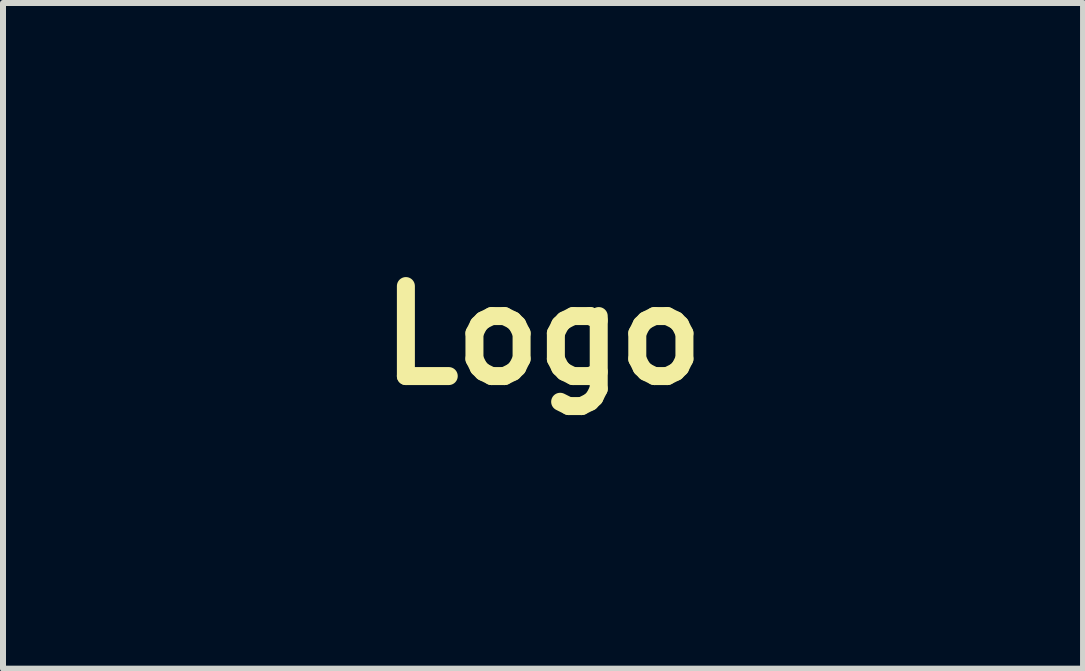
<source format=kicad_pcb>
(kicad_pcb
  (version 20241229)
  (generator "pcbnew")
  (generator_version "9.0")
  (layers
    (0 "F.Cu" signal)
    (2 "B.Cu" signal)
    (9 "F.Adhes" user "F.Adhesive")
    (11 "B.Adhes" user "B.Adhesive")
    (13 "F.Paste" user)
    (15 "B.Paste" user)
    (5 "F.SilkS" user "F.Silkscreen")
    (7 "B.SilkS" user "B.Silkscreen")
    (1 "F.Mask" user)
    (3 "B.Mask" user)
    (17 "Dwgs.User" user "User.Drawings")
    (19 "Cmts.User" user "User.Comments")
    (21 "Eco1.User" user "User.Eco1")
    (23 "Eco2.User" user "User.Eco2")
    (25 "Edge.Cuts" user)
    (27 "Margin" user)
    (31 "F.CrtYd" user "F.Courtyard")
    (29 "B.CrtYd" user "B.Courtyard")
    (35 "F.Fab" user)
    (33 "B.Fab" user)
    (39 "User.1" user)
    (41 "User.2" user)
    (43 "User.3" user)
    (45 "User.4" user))
  (footprint "Logo"
    (layer "F.Cu")
    (at 6.001 2.54)
    (property "Reference" "Logo" (at 0 0 0) (layer "F.SilkS") (effects (font (size 1.5 1.5) (thickness 0.3))))
    (attr board_only exclude_from_pos_files exclude_from_bom)
    (fp_poly (pts (xy -1.082 1.437) (xy -1.057 1.456) (xy -1.056 1.458) (xy -1.03 1.499) (xy -1.029 1.543) (xy -1.042 1.58) (xy -1.062 1.609) (xy -1.096 1.625) (xy -1.149 1.633) (xy -1.185 1.634) (xy -1.249 1.634) (xy -1.245 1.534) (xy -1.24 1.433) (xy -1.164 1.429) (xy -1.114 1.429)) (stroke (width 0) (type solid)) (fill yes) (layer "F.Mask"))
    (fp_poly (pts (xy -1.124 1.786) (xy -1.077 1.795) (xy -1.068 1.798) (xy -1.028 1.828) (xy -1.008 1.874) (xy -1.007 1.924) (xy -1.028 1.971) (xy -1.044 1.988) (xy -1.074 2.001) (xy -1.119 2.011) (xy -1.169 2.016) (xy -1.211 2.014) (xy -1.23 2.008) (xy -1.241 1.988) (xy -1.246 1.944) (xy -1.245 1.893) (xy -1.24 1.79) (xy -1.175 1.785)) (stroke (width 0) (type solid)) (fill yes) (layer "F.Mask"))
    (fp_poly (pts (xy -1.646 -0.225) (xy -1.568 -0.176) (xy -1.509 -0.111) (xy -1.472 -0.032) (xy -1.457 0.053) (xy -1.465 0.14) (xy -1.497 0.224) (xy -1.539 0.282) (xy -1.609 0.339) (xy -1.694 0.371) (xy -1.787 0.378) (xy -1.862 0.365) (xy -1.943 0.329) (xy -2.008 0.271) (xy -2.054 0.197) (xy -2.079 0.113) (xy -2.079 0.025) (xy -2.07 -0.016) (xy -2.031 -0.103) (xy -1.972 -0.172) (xy -1.898 -0.22) (xy -1.815 -0.246) (xy -1.726 -0.247)) (stroke (width 0) (type solid)) (fill yes) (layer "F.Mask"))
    (fp_poly (pts (xy 6.001 0.007) (xy 6.001 2.555) (xy 0 2.555) (xy -6.001 2.555) (xy -6.001 2.154) (xy -1.444 2.154) (xy -1.219 2.154) (xy -1.114 2.153) (xy -1.035 2.149) (xy -0.979 2.142) (xy -0.945 2.133) (xy -0.885 2.093) (xy -0.84 2.035) (xy -0.813 1.965) (xy -0.806 1.892) (xy -0.823 1.822) (xy -0.828 1.812) (xy -0.86 1.769) (xy -0.902 1.73) (xy -0.91 1.725) (xy -0.964 1.69) (xy -0.914 1.643) (xy -0.868 1.581) (xy -0.848 1.512) (xy -0.854 1.441) (xy -0.885 1.375) (xy -0.926 1.331) (xy -0.983 1.285) (xy -1.204 1.28) (xy -1.293 1.277) (xy -0.579 1.277) (xy -0.579 1.716) (xy -0.579 2.154) (xy -0.305 2.154) (xy -0.03 2.154) (xy 0.192 2.154) (xy 0.304 2.154) (xy 0.415 2.154) (xy 0.512 2.004) (xy 0.551 1.947) (xy 0.585 1.902) (xy 0.61 1.873) (xy 0.624 1.864) (xy 0.624 1.864) (xy 0.638 1.88) (xy 0.664 1.915) (xy 0.698 1.964) (xy 0.731 2.014) (xy 0.823 2.154) (xy 0.947 2.154) (xy 1.072 2.154) (xy 1.016 2.076) (xy 0.981 2.027) (xy 0.938 1.964) (xy 0.893 1.899) (xy 0.879 1.879) (xy 0.842 1.825) (xy 0.809 1.778) (xy 0.785 1.746) (xy 0.778 1.737) (xy 0.761 1.706) (xy 0.758 1.688) (xy 0.766 1.666) (xy 0.788 1.625) (xy 0.82 1.572) (xy 0.86 1.51) (xy 0.903 1.445) (xy 0.946 1.384) (xy 0.984 1.333) (xy 1.027 1.277) (xy 1.277 1.277) (xy 1.278 1.6) (xy 1.278 1.707) (xy 1.279 1.789) (xy 1.28 1.85) (xy 1.283 1.895) (xy 1.288 1.928) (xy 1.295 1.955) (xy 1.305 1.98) (xy 1.313 1.998) (xy 1.351 2.063) (xy 1.396 2.109) (xy 1.458 2.145) (xy 1.485 2.156) (xy 1.562 2.175) (xy 1.65 2.178) (xy 1.737 2.166) (xy 1.805 2.143) (xy 1.879 2.093) (xy 1.891 2.079) (xy 2.207 2.079) (xy 2.213 2.093) (xy 2.224 2.104) (xy 2.264 2.125) (xy 2.322 2.146) (xy 2.39 2.165) (xy 2.455 2.178) (xy 2.501 2.182) (xy 2.558 2.178) (xy 2.624 2.167) (xy 2.654 2.16) (xy 2.734 2.125) (xy 2.794 2.076) (xy 2.827 2.04) (xy 2.844 2.01) (xy 2.851 1.974) (xy 2.852 1.928) (xy 2.848 1.865) (xy 2.835 1.82) (xy 2.819 1.792) (xy 2.795 1.76) (xy 2.771 1.735) (xy 2.742 1.712) (xy 2.7 1.688) (xy 2.64 1.658) (xy 2.605 1.641) (xy 2.547 1.611) (xy 2.499 1.583) (xy 2.468 1.561) (xy 2.46 1.552) (xy 2.452 1.502) (xy 2.47 1.464) (xy 2.487 1.45) (xy 2.544 1.429) (xy 2.612 1.432) (xy 2.68 1.455) (xy 2.747 1.484) (xy 2.785 1.42) (xy 2.807 1.38) (xy 2.82 1.349) (xy 2.822 1.34) (xy 2.808 1.321) (xy 2.771 1.303) (xy 2.715 1.287) (xy 2.648 1.276) (xy 2.575 1.27) (xy 2.554 1.27) (xy 2.489 1.271) (xy 2.444 1.275) (xy 2.41 1.285) (xy 2.378 1.302) (xy 2.365 1.311) (xy 2.317 1.352) (xy 2.277 1.405) (xy 2.25 1.46) (xy 2.243 1.498) (xy 2.253 1.546) (xy 2.278 1.602) (xy 2.313 1.654) (xy 2.324 1.667) (xy 2.355 1.692) (xy 2.404 1.723) (xy 2.462 1.754) (xy 2.477 1.761) (xy 2.563 1.805) (xy 2.621 1.845) (xy 2.652 1.882) (xy 2.659 1.919) (xy 2.642 1.956) (xy 2.629 1.973) (xy 2.587 1.997) (xy 2.528 2.006) (xy 2.458 1.999) (xy 2.385 1.976) (xy 2.369 1.969) (xy 2.327 1.951) (xy 2.295 1.941) (xy 2.285 1.94) (xy 2.273 1.956) (xy 2.252 1.989) (xy 2.237 2.015) (xy 2.215 2.055) (xy 2.207 2.079) (xy 1.891 2.079) (xy 1.933 2.028) (xy 1.956 1.983) (xy 1.965 1.958) (xy 1.972 1.926) (xy 1.977 1.882) (xy 1.981 1.824) (xy 1.984 1.745) (xy 1.987 1.643) (xy 1.987 1.6) (xy 1.993 1.277) (xy 1.896 1.277) (xy 1.799 1.277) (xy 1.795 1.598) (xy 1.79 1.919) (xy 1.741 1.962) (xy 1.7 1.992) (xy 1.655 2.004) (xy 1.625 2.005) (xy 1.576 2.001) (xy 1.542 1.986) (xy 1.514 1.959) (xy 1.471 1.913) (xy 1.471 1.595) (xy 1.471 1.277) (xy 1.374 1.277) (xy 1.277 1.277) (xy 1.027 1.277) (xy 0.911 1.278) (xy 0.852 1.278) (xy 0.816 1.281) (xy 0.793 1.29) (xy 0.777 1.306) (xy 0.764 1.326) (xy 0.721 1.392) (xy 0.691 1.44) (xy 0.672 1.472) (xy 0.661 1.492) (xy 0.642 1.517) (xy 0.63 1.526) (xy 0.616 1.516) (xy 0.591 1.486) (xy 0.559 1.44) (xy 0.536 1.404) (xy 0.458 1.277) (xy 0.339 1.277) (xy 0.285 1.279) (xy 0.245 1.282) (xy 0.226 1.287) (xy 0.225 1.289) (xy 0.237 1.308) (xy 0.263 1.347) (xy 0.301 1.402) (xy 0.348 1.469) (xy 0.401 1.543) (xy 0.42 1.57) (xy 0.453 1.617) (xy 0.477 1.657) (xy 0.49 1.681) (xy 0.49 1.684) (xy 0.482 1.703) (xy 0.461 1.74) (xy 0.43 1.791) (xy 0.394 1.844) (xy 0.349 1.912) (xy 0.304 1.98) (xy 0.266 2.039) (xy 0.245 2.071) (xy 0.192 2.154) (xy -0.03 2.154) (xy -0.03 2.08) (xy -0.03 2.005) (xy -0.208 2.005) (xy -0.288 2.005) (xy -0.343 2.001) (xy -0.377 1.992) (xy -0.395 1.973) (xy -0.401 1.942) (xy -0.4 1.895) (xy -0.398 1.87) (xy -0.394 1.805) (xy -0.212 1.801) (xy -0.03 1.796) (xy -0.03 1.723) (xy -0.03 1.65) (xy -0.212 1.646) (xy -0.394 1.641) (xy -0.394 1.545) (xy -0.394 1.448) (xy -0.212 1.444) (xy -0.03 1.44) (xy -0.03 1.359) (xy -0.03 1.277) (xy -0.305 1.277) (xy -0.579 1.277) (xy -1.293 1.277) (xy -1.426 1.274) (xy -1.426 1.681) (xy -1.427 1.789) (xy -1.427 1.889) (xy -1.429 1.977) (xy -1.431 2.047) (xy -1.433 2.096) (xy -1.435 2.12) (xy -1.435 2.12) (xy -1.444 2.154) (xy -6.001 2.154) (xy -6.001 1.43) (xy -2.8 1.43) (xy -2.8 1.534) (xy -2.799 1.616) (xy -2.799 1.674) (xy -2.798 1.706) (xy -2.797 1.712) (xy -2.781 1.715) (xy -2.74 1.718) (xy -2.677 1.72) (xy -2.597 1.722) (xy -2.504 1.723) (xy -2.443 1.723) (xy -2.094 1.723) (xy -2.094 1.192) (xy -2.094 0.662) (xy -2.009 0.745) (xy -1.961 0.789) (xy -1.913 0.829) (xy -1.875 0.856) (xy -1.872 0.858) (xy -1.767 0.903) (xy -1.648 0.928) (xy -1.52 0.934) (xy -1.392 0.92) (xy -1.268 0.887) (xy -1.164 0.839) (xy -1.084 0.782) (xy -1.004 0.707) (xy -0.932 0.623) (xy -0.876 0.539) (xy -0.866 0.519) (xy -0.821 0.419) (xy -0.79 0.33) (xy -0.772 0.241) (xy -0.762 0.14) (xy -0.762 0.138) (xy -0.763 -0.03) (xy -0.788 -0.188) (xy -0.834 -0.334) (xy -0.901 -0.464) (xy -0.986 -0.578) (xy -1.089 -0.671) (xy -1.208 -0.742) (xy -1.25 -0.758) (xy -0.505 -0.758) (xy -0.505 0.057) (xy -0.505 0.21) (xy -0.504 0.354) (xy -0.504 0.486) (xy -0.502 0.603) (xy -0.501 0.704) (xy -0.5 0.785) (xy -0.498 0.843) (xy -0.496 0.875) (xy -0.495 0.882) (xy -0.478 0.884) (xy -0.435 0.886) (xy -0.372 0.888) (xy -0.291 0.888) (xy -0.198 0.888) (xy -0.142 0.888) (xy 0.201 0.884) (xy 0.204 0.063) (xy 0.207 -0.425) (xy 0.491 -0.425) (xy 0.504 -0.226) (xy 0.545 -0.037) (xy 0.615 0.142) (xy 0.647 0.205) (xy 0.756 0.372) (xy 0.886 0.521) (xy 1.037 0.649) (xy 1.205 0.756) (xy 1.388 0.84) (xy 1.585 0.899) (xy 1.65 0.912) (xy 1.73 0.923) (xy 1.827 0.93) (xy 1.932 0.933) (xy 2.036 0.933) (xy 2.129 0.928) (xy 2.202 0.92) (xy 2.205 0.919) (xy 2.309 0.896) (xy 2.417 0.866) (xy 2.522 0.83) (xy 2.616 0.791) (xy 2.694 0.752) (xy 2.748 0.717) (xy 2.785 0.686) (xy 2.64 0.395) (xy 2.597 0.31) (xy 2.559 0.235) (xy 2.527 0.174) (xy 2.504 0.129) (xy 2.491 0.106) (xy 2.49 0.104) (xy 2.475 0.11) (xy 2.44 0.124) (xy 2.393 0.145) (xy 2.39 0.147) (xy 2.267 0.195) (xy 2.148 0.223) (xy 2.022 0.235) (xy 1.912 0.234) (xy 1.835 0.23) (xy 1.778 0.224) (xy 1.732 0.215) (xy 1.687 0.199) (xy 1.634 0.176) (xy 1.632 0.175) (xy 1.509 0.104) (xy 1.409 0.015) (xy 1.334 -0.091) (xy 1.282 -0.215) (xy 1.271 -0.257) (xy 1.25 -0.403) (xy 1.256 -0.543) (xy 1.288 -0.674) (xy 1.325 -0.753) (xy 2.926 -0.753) (xy 2.932 -0.737) (xy 2.947 -0.698) (xy 2.97 -0.641) (xy 2.999 -0.57) (xy 3.032 -0.489) (xy 3.067 -0.403) (xy 3.103 -0.317) (xy 3.138 -0.234) (xy 3.169 -0.16) (xy 3.195 -0.099) (xy 3.215 -0.055) (xy 3.216 -0.052) (xy 3.232 -0.015) (xy 3.254 0.038) (xy 3.276 0.089) (xy 3.299 0.145) (xy 3.32 0.197) (xy 3.334 0.23) (xy 3.348 0.263) (xy 3.37 0.314) (xy 3.396 0.377) (xy 3.416 0.423) (xy 3.443 0.487) (xy 3.466 0.544) (xy 3.484 0.585) (xy 3.491 0.602) (xy 3.532 0.698) (xy 3.564 0.778) (xy 3.586 0.838) (xy 3.597 0.877) (xy 3.598 0.884) (xy 3.592 0.911) (xy 3.576 0.956) (xy 3.554 1.01) (xy 3.55 1.017) (xy 3.518 1.086) (xy 3.482 1.164) (xy 3.45 1.233) (xy 3.4 1.341) (xy 3.354 1.442) (xy 3.314 1.531) (xy 3.281 1.606) (xy 3.256 1.663) (xy 3.242 1.699) (xy 3.238 1.711) (xy 3.252 1.714) (xy 3.292 1.717) (xy 3.354 1.72) (xy 3.432 1.722) (xy 3.525 1.723) (xy 3.595 1.723) (xy 3.713 1.722) (xy 3.81 1.721) (xy 3.883 1.718) (xy 3.931 1.714) (xy 3.951 1.709) (xy 3.951 1.708) (xy 3.957 1.69) (xy 3.974 1.651) (xy 3.999 1.595) (xy 4.03 1.529) (xy 4.04 1.506) (xy 4.072 1.439) (xy 4.099 1.381) (xy 4.119 1.339) (xy 4.129 1.317) (xy 4.129 1.315) (xy 4.135 1.3) (xy 4.151 1.265) (xy 4.174 1.214) (xy 4.19 1.179) (xy 4.221 1.111) (xy 4.252 1.044) (xy 4.277 0.989) (xy 4.285 0.973) (xy 4.339 0.856) (xy 4.401 0.723) (xy 4.464 0.586) (xy 4.474 0.564) (xy 4.505 0.498) (xy 4.536 0.432) (xy 4.562 0.377) (xy 4.568 0.364) (xy 4.589 0.318) (xy 4.618 0.255) (xy 4.651 0.185) (xy 4.67 0.143) (xy 4.698 0.083) (xy 4.72 0.035) (xy 4.734 0.002) (xy 4.738 -0.008) (xy 4.744 -0.022) (xy 4.76 -0.058) (xy 4.784 -0.109) (xy 4.811 -0.166) (xy 4.885 -0.323) (xy 4.946 -0.454) (xy 4.995 -0.559) (xy 5.033 -0.641) (xy 5.059 -0.7) (xy 5.075 -0.736) (xy 5.08 -0.75) (xy 5.08 -0.75) (xy 5.066 -0.752) (xy 5.026 -0.754) (xy 4.965 -0.756) (xy 4.886 -0.757) (xy 4.793 -0.757) (xy 4.724 -0.758) (xy 4.599 -0.757) (xy 4.502 -0.755) (xy 4.432 -0.753) (xy 4.388 -0.749) (xy 4.368 -0.743) (xy 4.367 -0.741) (xy 4.361 -0.717) (xy 4.347 -0.681) (xy 4.346 -0.678) (xy 4.332 -0.644) (xy 4.311 -0.591) (xy 4.286 -0.527) (xy 4.27 -0.483) (xy 4.242 -0.408) (xy 4.21 -0.322) (xy 4.175 -0.23) (xy 4.141 -0.14) (xy 4.108 -0.055) (xy 4.08 0.017) (xy 4.058 0.071) (xy 4.048 0.097) (xy 4.03 0.141) (xy 4.018 0.178) (xy 4.003 0.219) (xy 3.99 0.237) (xy 3.975 0.23) (xy 3.957 0.197) (xy 3.935 0.136) (xy 3.928 0.117) (xy 3.907 0.055) (xy 3.889 0.002) (xy 3.877 -0.034) (xy 3.873 -0.045) (xy 3.866 -0.065) (xy 3.851 -0.109) (xy 3.829 -0.172) (xy 3.803 -0.251) (xy 3.773 -0.34) (xy 3.757 -0.386) (xy 3.726 -0.48) (xy 3.697 -0.565) (xy 3.672 -0.637) (xy 3.652 -0.691) (xy 3.64 -0.725) (xy 3.637 -0.732) (xy 3.63 -0.74) (xy 3.618 -0.746) (xy 3.596 -0.751) (xy 3.561 -0.754) (xy 3.51 -0.756) (xy 3.438 -0.757) (xy 3.342 -0.757) (xy 3.275 -0.758) (xy 3.177 -0.757) (xy 3.089 -0.757) (xy 3.016 -0.756) (xy 2.963 -0.755) (xy 2.932 -0.754) (xy 2.926 -0.753) (xy 1.325 -0.753) (xy 1.344 -0.793) (xy 1.425 -0.897) (xy 1.444 -0.915) (xy 1.528 -0.986) (xy 1.613 -1.037) (xy 1.707 -1.072) (xy 1.815 -1.091) (xy 1.943 -1.099) (xy 1.965 -1.099) (xy 2.093 -1.094) (xy 2.204 -1.078) (xy 2.306 -1.048) (xy 2.408 -1.003) (xy 2.45 -0.985) (xy 2.481 -0.977) (xy 2.492 -0.978) (xy 2.504 -0.996) (xy 2.527 -1.035) (xy 2.557 -1.09) (xy 2.591 -1.158) (xy 2.628 -1.234) (xy 2.665 -1.311) (xy 2.701 -1.386) (xy 2.731 -1.454) (xy 2.755 -1.509) (xy 2.77 -1.548) (xy 2.773 -1.564) (xy 2.756 -1.582) (xy 2.716 -1.607) (xy 2.661 -1.637) (xy 2.596 -1.669) (xy 2.527 -1.699) (xy 2.473 -1.719) (xy 2.389 -1.745) (xy 2.284 -1.768) (xy 2.167 -1.788) (xy 2.046 -1.803) (xy 2.009 -1.806) (xy 1.905 -1.808) (xy 1.784 -1.799) (xy 1.657 -1.781) (xy 1.535 -1.755) (xy 1.441 -1.727) (xy 1.254 -1.647) (xy 1.083 -1.546) (xy 0.93 -1.425) (xy 0.797 -1.286) (xy 0.686 -1.133) (xy 0.598 -0.966) (xy 0.536 -0.788) (xy 0.506 -0.634) (xy 0.491 -0.425) (xy 0.207 -0.425) (xy 0.208 -0.758) (xy -0.148 -0.758) (xy -0.505 -0.758) (xy -1.25 -0.758) (xy -1.306 -0.779) (xy -1.406 -0.798) (xy -1.521 -0.803) (xy -1.637 -0.794) (xy -1.745 -0.773) (xy -1.766 -0.767) (xy -1.827 -0.743) (xy -1.891 -0.711) (xy -1.952 -0.677) (xy -2.003 -0.642) (xy -2.036 -0.613) (xy -2.046 -0.599) (xy -2.065 -0.581) (xy -2.075 -0.579) (xy -2.09 -0.59) (xy -2.094 -0.624) (xy -2.093 -0.628) (xy -2.092 -0.676) (xy -2.092 -0.717) (xy -2.094 -0.758) (xy -2.441 -0.758) (xy -2.788 -0.758) (xy -2.796 0.472) (xy -2.797 0.66) (xy -2.798 0.84) (xy -2.799 1.009) (xy -2.799 1.166) (xy -2.8 1.307) (xy -2.8 1.43) (xy -6.001 1.43) (xy -6.001 0.632) (xy -5.139 0.632) (xy -5.127 0.649) (xy -5.092 0.673) (xy -5.042 0.704) (xy -4.98 0.737) (xy -4.914 0.769) (xy -4.849 0.798) (xy -4.801 0.816) (xy -4.745 0.835) (xy -4.701 0.852) (xy -4.674 0.863) (xy -4.671 0.864) (xy -4.65 0.871) (xy -4.609 0.88) (xy -4.555 0.891) (xy -4.553 0.891) (xy -4.493 0.903) (xy -4.439 0.914) (xy -4.404 0.922) (xy -4.358 0.929) (xy -4.29 0.933) (xy -4.207 0.935) (xy -4.116 0.934) (xy -4.025 0.931) (xy -3.94 0.926) (xy -3.869 0.919) (xy -3.832 0.913) (xy -3.653 0.865) (xy -3.498 0.801) (xy -3.367 0.721) (xy -3.26 0.623) (xy -3.177 0.508) (xy -3.154 0.466) (xy -3.129 0.412) (xy -3.112 0.368) (xy -3.102 0.323) (xy -3.096 0.268) (xy -3.093 0.2) (xy -3.093 0.06) (xy -3.108 -0.06) (xy -3.14 -0.166) (xy -3.19 -0.266) (xy -3.252 -0.354) (xy -3.333 -0.438) (xy -3.438 -0.52) (xy -3.56 -0.596) (xy -3.695 -0.662) (xy -3.81 -0.706) (xy -3.882 -0.733) (xy -3.96 -0.766) (xy -4.037 -0.803) (xy -4.104 -0.839) (xy -4.155 -0.871) (xy -4.17 -0.882) (xy -4.214 -0.935) (xy -4.231 -0.993) (xy -4.221 -1.05) (xy -4.185 -1.1) (xy -4.141 -1.13) (xy -4.102 -1.147) (xy -4.06 -1.157) (xy -4.004 -1.162) (xy -3.944 -1.162) (xy -3.879 -1.161) (xy -3.829 -1.157) (xy -3.784 -1.146) (xy -3.731 -1.127) (xy -3.671 -1.102) (xy -3.61 -1.074) (xy -3.556 -1.048) (xy -3.519 -1.027) (xy -3.507 -1.019) (xy -3.48 -1) (xy -3.464 -0.995) (xy -3.45 -1.006) (xy -3.425 -1.04) (xy -3.387 -1.098) (xy -3.338 -1.18) (xy -3.275 -1.288) (xy -3.268 -1.3) (xy -3.247 -1.335) (xy -3.217 -1.384) (xy -3.198 -1.415) (xy -0.532 -1.415) (xy -0.525 -1.319) (xy -0.495 -1.231) (xy -0.446 -1.153) (xy -0.38 -1.088) (xy -0.301 -1.04) (xy -0.212 -1.011) (xy -0.117 -1.005) (xy -0.018 -1.024) (xy 0.024 -1.04) (xy 0.095 -1.085) (xy 0.159 -1.15) (xy 0.209 -1.225) (xy 0.238 -1.302) (xy 0.238 -1.302) (xy 0.247 -1.41) (xy 0.23 -1.51) (xy 0.19 -1.598) (xy 0.131 -1.673) (xy 0.055 -1.73) (xy -0.035 -1.768) (xy -0.134 -1.783) (xy -0.241 -1.773) (xy -0.273 -1.764) (xy -0.336 -1.734) (xy -0.399 -1.682) (xy -0.456 -1.618) (xy -0.499 -1.548) (xy -0.512 -1.516) (xy -0.532 -1.415) (xy -3.198 -1.415) (xy -3.184 -1.438) (xy -3.182 -1.441) (xy -3.151 -1.494) (xy -3.136 -1.529) (xy -3.135 -1.551) (xy -3.139 -1.558) (xy -3.163 -1.577) (xy -3.209 -1.603) (xy -3.268 -1.633) (xy -3.336 -1.664) (xy -3.405 -1.693) (xy -3.469 -1.716) (xy -3.477 -1.719) (xy -3.602 -1.753) (xy -3.737 -1.78) (xy -3.876 -1.797) (xy -4.01 -1.805) (xy -4.133 -1.803) (xy -4.238 -1.79) (xy -4.263 -1.784) (xy -4.424 -1.733) (xy -4.569 -1.664) (xy -4.694 -1.58) (xy -4.796 -1.482) (xy -4.875 -1.373) (xy -4.907 -1.307) (xy -4.934 -1.216) (xy -4.948 -1.108) (xy -4.949 -0.992) (xy -4.94 -0.901) (xy -4.91 -0.778) (xy -4.863 -0.672) (xy -4.794 -0.573) (xy -4.726 -0.501) (xy -4.664 -0.446) (xy -4.599 -0.397) (xy -4.524 -0.351) (xy -4.435 -0.305) (xy -4.327 -0.255) (xy -4.231 -0.214) (xy -4.105 -0.16) (xy -4.005 -0.111) (xy -3.929 -0.066) (xy -3.875 -0.023) (xy -3.84 0.02) (xy -3.822 0.065) (xy -3.817 0.103) (xy -3.83 0.171) (xy -3.867 0.224) (xy -3.926 0.263) (xy -4.006 0.286) (xy -4.104 0.292) (xy -4.219 0.283) (xy -4.349 0.256) (xy -4.379 0.247) (xy -4.424 0.232) (xy -4.487 0.206) (xy -4.56 0.174) (xy -4.628 0.142) (xy -4.693 0.111) (xy -4.747 0.085) (xy -4.786 0.067) (xy -4.804 0.06) (xy -4.804 0.059) (xy -4.814 0.071) (xy -4.835 0.104) (xy -4.865 0.151) (xy -4.9 0.209) (xy -4.937 0.272) (xy -4.974 0.334) (xy -5 0.379) (xy -5.015 0.405) (xy -5.041 0.449) (xy -5.071 0.501) (xy -5.078 0.512) (xy -5.107 0.563) (xy -5.128 0.604) (xy -5.139 0.629) (xy -5.139 0.632) (xy -6.001 0.632) (xy -6.001 0.007) (xy -6.001 -2.54) (xy 0 -2.54) (xy 6.001 -2.54)) (stroke (width 0) (type solid)) (fill yes) (layer "F.Mask")))
  (gr_rect
    (start -3 -3)
    (end 15.002 8.095)
    (stroke (width 0.1) (type default))
    (fill no)
    (layer "Edge.Cuts")))
</source>
